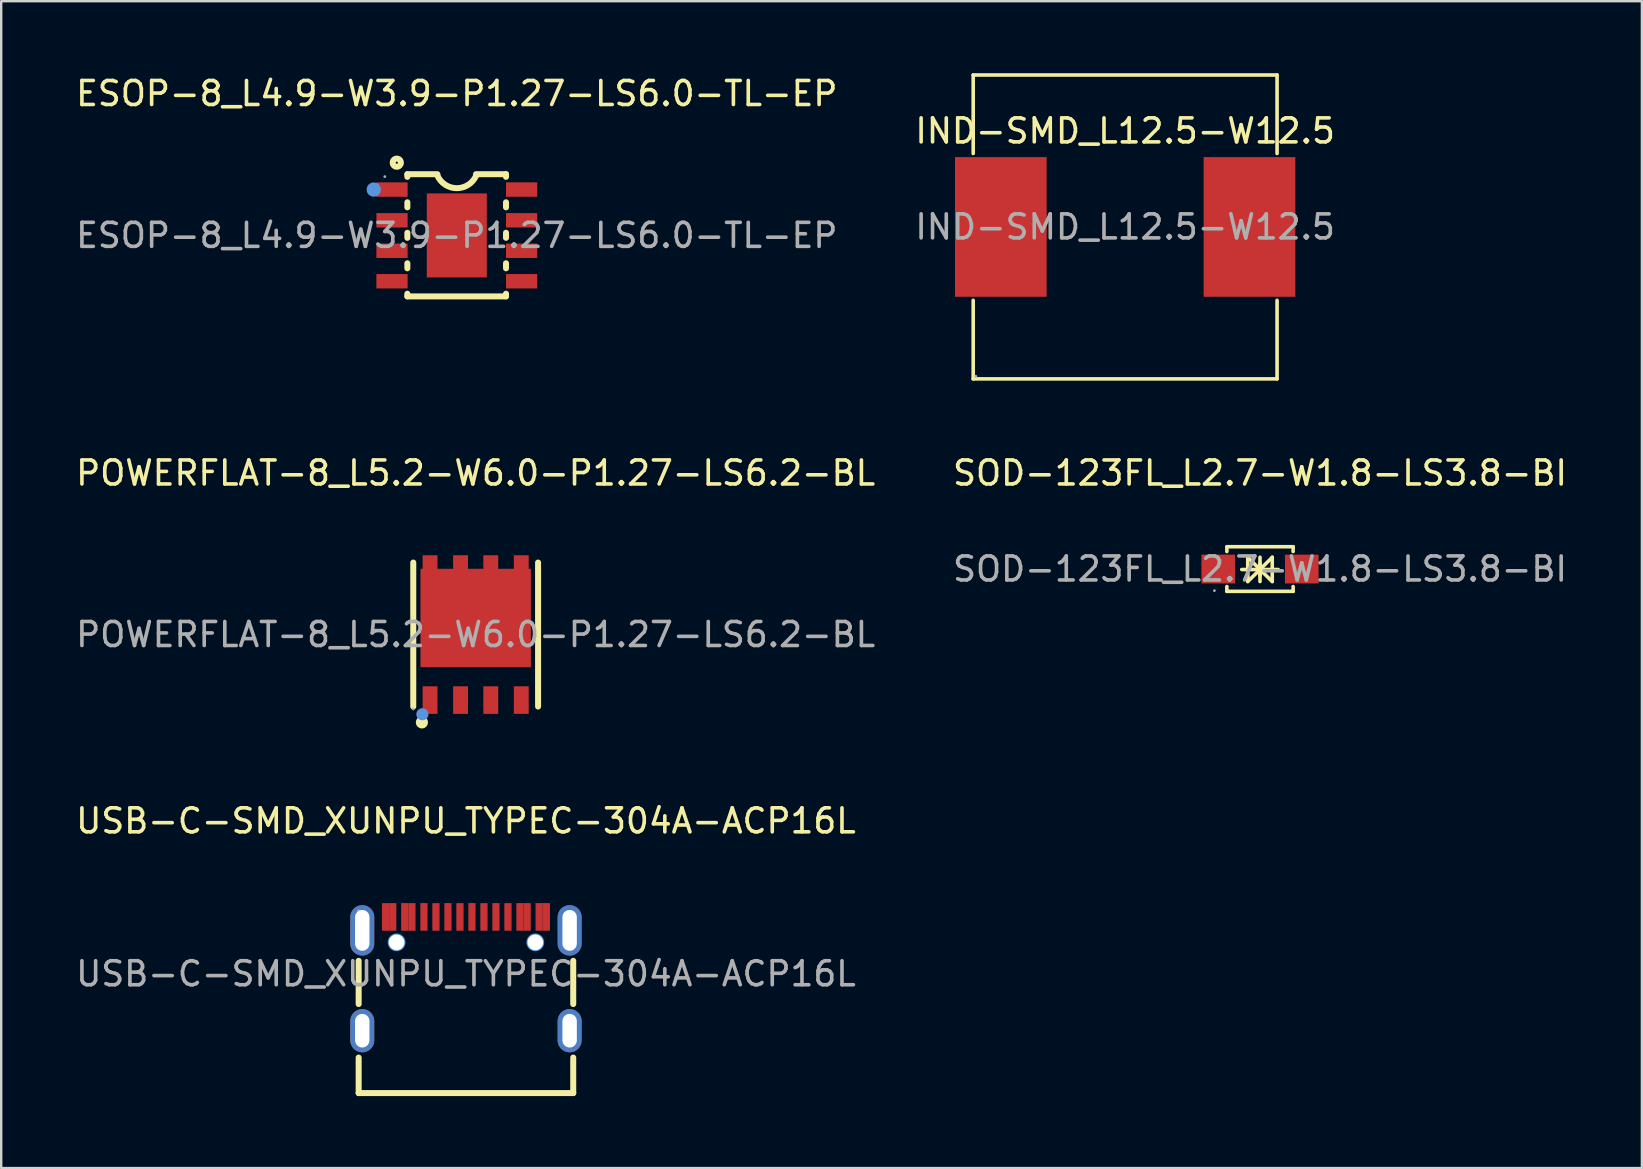
<source format=kicad_pcb>
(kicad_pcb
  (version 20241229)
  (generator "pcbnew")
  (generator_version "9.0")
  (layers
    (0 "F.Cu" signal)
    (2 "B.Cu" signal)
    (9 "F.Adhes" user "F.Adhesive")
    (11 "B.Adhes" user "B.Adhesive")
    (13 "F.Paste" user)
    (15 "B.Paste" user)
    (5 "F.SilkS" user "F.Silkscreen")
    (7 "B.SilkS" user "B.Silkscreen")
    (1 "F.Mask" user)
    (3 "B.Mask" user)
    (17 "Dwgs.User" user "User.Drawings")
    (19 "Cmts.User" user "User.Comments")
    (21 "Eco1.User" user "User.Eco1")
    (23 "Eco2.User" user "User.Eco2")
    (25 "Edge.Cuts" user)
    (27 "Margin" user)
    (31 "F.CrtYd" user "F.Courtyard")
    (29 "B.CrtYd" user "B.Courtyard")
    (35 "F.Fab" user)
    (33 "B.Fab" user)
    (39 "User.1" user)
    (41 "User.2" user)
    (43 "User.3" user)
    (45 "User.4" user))
  (footprint "IND-SMD_L12.5-W12.5"
    (layer "F.Cu")
    (at 43.827 6.405)
    (property "Reference" "IND-SMD_L12.5-W12.5" (at 0 -4 0) (layer "F.SilkS") (effects (font (size 1 1) (thickness 0.15))))
    (attr smd)
    (fp_line (start -6.33 -6.33) (end 6.33 -6.33) (stroke (width 0.15) (type solid)) (layer "F.SilkS"))
    (fp_line (start -6.33 -3.06) (end -6.33 -6.33) (stroke (width 0.15) (type solid)) (layer "F.SilkS"))
    (fp_line (start -6.33 3.06) (end -6.33 6.33) (stroke (width 0.15) (type solid)) (layer "F.SilkS"))
    (fp_line (start -6.33 6.33) (end 6.33 6.33) (stroke (width 0.15) (type solid)) (layer "F.SilkS"))
    (fp_line (start 6.33 -6.33) (end 6.33 -3.06) (stroke (width 0.15) (type solid)) (layer "F.SilkS"))
    (fp_line (start 6.33 6.33) (end 6.33 3.06) (stroke (width 0.15) (type solid)) (layer "F.SilkS"))
    (fp_circle (center -6.22 6.22) (end -6.19 6.22) (stroke (width 0.06) (type solid)) (fill no) (layer "F.Fab"))
    (fp_text user "${REFERENCE}" (at 0 0 0) (layer "F.Fab") (effects (font (size 1 1) (thickness 0.15))))
    (pad "1" smd rect (at 5.18 0) (size 3.82 5.82) (layers "F.Cu" "F.Mask" "F.Paste"))
    (pad "2" smd rect (at -5.18 0) (size 3.82 5.82) (layers "F.Cu" "F.Mask" "F.Paste")))
  (footprint "POWERFLAT-8_L5.2-W6.0-P1.27-LS6.2-BL"
    (layer "F.Cu")
    (at 16.768 23.388)
    (property "Reference" "POWERFLAT-8_L5.2-W6.0-P1.27-LS6.2-BL" (at 0 -6.73 0) (layer "F.SilkS") (effects (font (size 1 1) (thickness 0.15))))
    (attr smd)
    (fp_line (start -2.6 -3) (end -2.6 3) (stroke (width 0.25) (type solid)) (layer "F.SilkS"))
    (fp_line (start 2.6 -3) (end 2.6 3) (stroke (width 0.25) (type solid)) (layer "F.SilkS"))
    (fp_circle (center -2.24 3.66) (end -2.11 3.66) (stroke (width 0.25) (type solid)) (fill no) (layer "F.SilkS"))
    (fp_circle (center -2.22 3.32) (end -2.09 3.32) (stroke (width 0.25) (type solid)) (fill no) (layer "Cmts.User"))
    (fp_circle (center -2.6 3.1) (end -2.57 3.1) (stroke (width 0.06) (type solid)) (fill no) (layer "F.Fab"))
    (fp_text user "${REFERENCE}" (at 0 0 0) (layer "F.Fab") (effects (font (size 1 1) (thickness 0.15))))
    (pad "1" smd rect (at -1.9 -2.73) (size 0.62 1.15) (layers "F.Cu" "F.Mask" "F.Paste"))
    (pad "1" smd rect (at -0.63 -2.73) (size 0.62 1.15) (layers "F.Cu" "F.Mask" "F.Paste"))
    (pad "1" smd rect (at 0 -0.69) (size 4.6 4.1) (layers "F.Cu" "F.Mask" "F.Paste"))
    (pad "1" smd rect (at 0.63 -2.73) (size 0.62 1.15) (layers "F.Cu" "F.Mask" "F.Paste"))
    (pad "1" smd rect (at 1.9 -2.73) (size 0.62 1.15) (layers "F.Cu" "F.Mask" "F.Paste"))
    (pad "2" smd rect (at 1.9 2.73) (size 0.62 1.15) (layers "F.Cu" "F.Mask" "F.Paste"))
    (pad "3" smd rect (at -1.9 2.73) (size 0.62 1.15) (layers "F.Cu" "F.Mask" "F.Paste"))
    (pad "3" smd rect (at -0.63 2.73) (size 0.62 1.15) (layers "F.Cu" "F.Mask" "F.Paste"))
    (pad "3" smd rect (at 0.63 2.73) (size 0.62 1.15) (layers "F.Cu" "F.Mask" "F.Paste")))
  (footprint "SOD-123FL_L2.7-W1.8-LS3.8-BI"
    (layer "F.Cu")
    (at 49.446 20.658)
    (property "Reference" "SOD-123FL_L2.7-W1.8-LS3.8-BI" (at 0 -4 0) (layer "F.SilkS") (effects (font (size 1 1) (thickness 0.15))))
    (attr through_hole)
    (fp_line (start -1.38 -0.93) (end 1.38 -0.93) (stroke (width 0.15) (type solid)) (layer "F.SilkS"))
    (fp_line (start -1.38 -0.92) (end -1.38 -0.73) (stroke (width 0.15) (type solid)) (layer "F.SilkS"))
    (fp_line (start -1.38 0.73) (end -1.38 0.93) (stroke (width 0.15) (type solid)) (layer "F.SilkS"))
    (fp_line (start -1.38 0.93) (end 1.38 0.93) (stroke (width 0.15) (type solid)) (layer "F.SilkS"))
    (fp_line (start -0.76 0.02) (end 0.76 0.02) (stroke (width 0.15) (type solid)) (layer "F.SilkS"))
    (fp_line (start -0.51 -0.49) (end -0.51 0.52) (stroke (width 0.15) (type solid)) (layer "F.SilkS"))
    (fp_line (start 0 -0.49) (end 0 0.52) (stroke (width 0.15) (type solid)) (layer "F.SilkS"))
    (fp_line (start 0 0.02) (end -0.51 -0.49) (stroke (width 0.15) (type solid)) (layer "F.SilkS"))
    (fp_line (start 0 0.02) (end -0.51 0.52) (stroke (width 0.15) (type solid)) (layer "F.SilkS"))
    (fp_line (start 0 0.02) (end 0.51 -0.49) (stroke (width 0.15) (type solid)) (layer "F.SilkS"))
    (fp_line (start 0 0.02) (end 0.51 0.52) (stroke (width 0.15) (type solid)) (layer "F.SilkS"))
    (fp_line (start 0 0.27) (end 0 -0.24) (stroke (width 0.15) (type solid)) (layer "F.SilkS"))
    (fp_line (start 0.51 0.52) (end 0.51 -0.49) (stroke (width 0.15) (type solid)) (layer "F.SilkS"))
    (fp_line (start 1.38 -0.93) (end 1.38 -0.73) (stroke (width 0.15) (type solid)) (layer "F.SilkS"))
    (fp_line (start 1.38 0.93) (end 1.38 0.73) (stroke (width 0.15) (type solid)) (layer "F.SilkS"))
    (fp_circle (center -1.9 0.9) (end -1.87 0.9) (stroke (width 0.06) (type solid)) (fill no) (layer "F.Fab"))
    (fp_text user "${REFERENCE}" (at 0 0 0) (layer "F.Fab") (effects (font (size 1 1) (thickness 0.15))))
    (pad "1" smd rect (at -1.74 0) (size 1.4 1.2) (layers "F.Cu" "F.Mask" "F.Paste"))
    (pad "2" smd rect (at 1.74 0) (size 1.4 1.2) (layers "F.Cu" "F.Mask" "F.Paste")))
  (footprint "USB-C-SMD_XUNPU_TYPEC-304A-ACP16L"
    (layer "F.Cu")
    (at 16.363 37.522)
    (property "Reference" "USB-C-SMD_XUNPU_TYPEC-304A-ACP16L" (at 0 -6.37 0) (layer "F.SilkS") (effects (font (size 1 1) (thickness 0.15))))
    (attr smd)
    (fp_line (start -4.47 1.26) (end -4.47 -0.54) (stroke (width 0.25) (type solid)) (layer "F.SilkS"))
    (fp_line (start -4.47 4.97) (end -4.47 3.49) (stroke (width 0.25) (type solid)) (layer "F.SilkS"))
    (fp_line (start -4.47 4.97) (end 4.47 4.97) (stroke (width 0.25) (type solid)) (layer "F.SilkS"))
    (fp_line (start 4.47 1.26) (end 4.47 -0.54) (stroke (width 0.25) (type solid)) (layer "F.SilkS"))
    (fp_line (start 4.47 4.97) (end 4.47 3.49) (stroke (width 0.25) (type solid)) (layer "F.SilkS"))
    (fp_circle (center -2.89 -1.31) (end -2.77 -1.31) (stroke (width 0.25) (type solid)) (fill no) (layer "Cmts.User"))
    (fp_circle (center 2.89 -1.31) (end 3.01 -1.31) (stroke (width 0.25) (type solid)) (fill no) (layer "Cmts.User"))
    (fp_circle (center -4.47 -2.62) (end -4.44 -2.62) (stroke (width 0.06) (type solid)) (fill no) (layer "F.Fab"))
    (fp_text user "${REFERENCE}" (at 0 0 0) (layer "F.Fab") (effects (font (size 1 1) (thickness 0.15))))
    (pad "" thru_hole circle (at -2.89 -1.31) (size 0.65 0.65) (drill 0.65) (layers "*.Cu" "*.Mask"))
    (pad "" thru_hole circle (at 2.89 -1.31) (size 0.65 0.65) (drill 0.65) (layers "*.Cu" "*.Mask"))
    (pad "25" thru_hole oval (at 4.32 -1.81) (size 1 2.1) (drill oval 0.6 1.7) (layers "*.Cu" "*.Mask"))
    (pad "26" thru_hole oval (at 4.32 2.37) (size 1 1.8) (drill oval 0.6 1.4) (layers "*.Cu" "*.Mask"))
    (pad "27" thru_hole oval (at -4.32 2.37) (size 1 1.8) (drill oval 0.6 1.4) (layers "*.Cu" "*.Mask"))
    (pad "28" thru_hole oval (at -4.32 -1.81) (size 1 2.1) (drill oval 0.6 1.7) (layers "*.Cu" "*.Mask"))
    (pad "A1" smd rect (at -3.35 -2.37) (size 0.3 1.15) (layers "F.Cu" "F.Mask" "F.Paste"))
    (pad "A4" smd rect (at -2.55 -2.37) (size 0.3 1.15) (layers "F.Cu" "F.Mask" "F.Paste"))
    (pad "A5" smd rect (at -1.25 -2.37) (size 0.3 1.15) (layers "F.Cu" "F.Mask" "F.Paste"))
    (pad "A6" smd rect (at -0.25 -2.37) (size 0.3 1.15) (layers "F.Cu" "F.Mask" "F.Paste"))
    (pad "A7" smd rect (at 0.25 -2.37) (size 0.3 1.15) (layers "F.Cu" "F.Mask" "F.Paste"))
    (pad "A8" smd rect (at 1.25 -2.37) (size 0.3 1.15) (layers "F.Cu" "F.Mask" "F.Paste"))
    (pad "A9" smd rect (at 2.55 -2.37) (size 0.3 1.15) (layers "F.Cu" "F.Mask" "F.Paste"))
    (pad "A12" smd rect (at 3.35 -2.37) (size 0.3 1.15) (layers "F.Cu" "F.Mask" "F.Paste"))
    (pad "B1" smd rect (at 3.05 -2.37) (size 0.3 1.15) (layers "F.Cu" "F.Mask" "F.Paste"))
    (pad "B4" smd rect (at 2.25 -2.37) (size 0.3 1.15) (layers "F.Cu" "F.Mask" "F.Paste"))
    (pad "B5" smd rect (at 1.75 -2.37) (size 0.3 1.15) (layers "F.Cu" "F.Mask" "F.Paste"))
    (pad "B6" smd rect (at 0.75 -2.37) (size 0.3 1.15) (layers "F.Cu" "F.Mask" "F.Paste"))
    (pad "B7" smd rect (at -0.75 -2.37) (size 0.3 1.15) (layers "F.Cu" "F.Mask" "F.Paste"))
    (pad "B8" smd rect (at -1.75 -2.37) (size 0.3 1.15) (layers "F.Cu" "F.Mask" "F.Paste"))
    (pad "B9" smd rect (at -2.25 -2.37) (size 0.3 1.15) (layers "F.Cu" "F.Mask" "F.Paste"))
    (pad "B12" smd rect (at -3.05 -2.37) (size 0.3 1.15) (layers "F.Cu" "F.Mask" "F.Paste")))
  (footprint "ESOP-8_L4.9-W3.9-P1.27-LS6.0-TL-EP"
    (layer "F.Cu")
    (at 15.982 6.758)
    (property "Reference" "ESOP-8_L4.9-W3.9-P1.27-LS6.0-TL-EP" (at 0 -5.91 0) (layer "F.SilkS") (effects (font (size 1 1) (thickness 0.15))))
    (attr smd)
    (fp_line (start -2.06 -2.55) (end -2.06 -2.44) (stroke (width 0.25) (type solid)) (layer "F.SilkS"))
    (fp_line (start -2.06 -1.38) (end -2.06 -1.17) (stroke (width 0.25) (type solid)) (layer "F.SilkS"))
    (fp_line (start -2.06 -0.11) (end -2.06 0.1) (stroke (width 0.25) (type solid)) (layer "F.SilkS"))
    (fp_line (start -2.06 1.16) (end -2.06 1.37) (stroke (width 0.25) (type solid)) (layer "F.SilkS"))
    (fp_line (start -2.06 2.43) (end -2.06 2.54) (stroke (width 0.25) (type solid)) (layer "F.SilkS"))
    (fp_line (start -0.81 -2.55) (end -2.06 -2.55) (stroke (width 0.25) (type solid)) (layer "F.SilkS"))
    (fp_line (start 0.8 -2.55) (end 2.05 -2.55) (stroke (width 0.25) (type solid)) (layer "F.SilkS"))
    (fp_line (start 2.05 -2.55) (end 2.05 -2.44) (stroke (width 0.25) (type solid)) (layer "F.SilkS"))
    (fp_line (start 2.05 -1.38) (end 2.05 -1.17) (stroke (width 0.25) (type solid)) (layer "F.SilkS"))
    (fp_line (start 2.05 -0.11) (end 2.05 0.1) (stroke (width 0.25) (type solid)) (layer "F.SilkS"))
    (fp_line (start 2.05 1.16) (end 2.05 1.37) (stroke (width 0.25) (type solid)) (layer "F.SilkS"))
    (fp_line (start 2.05 2.43) (end 2.05 2.54) (stroke (width 0.25) (type solid)) (layer "F.SilkS"))
    (fp_line (start 2.05 2.54) (end -2.06 2.54) (stroke (width 0.25) (type solid)) (layer "F.SilkS"))
    (fp_arc (start 0.804328 -2.487155) (mid -0.007021 -1.967645) (end -0.81 -2.5) (stroke (width 0.25) (type solid)) (layer "F.SilkS"))
    (fp_circle (center -2.5 -3.03) (end -2.33 -3.03) (stroke (width 0.25) (type solid)) (fill no) (layer "F.SilkS"))
    (fp_circle (center -3.46 -1.91) (end -3.31 -1.91) (stroke (width 0.3) (type solid)) (fill no) (layer "Cmts.User"))
    (fp_circle (center -3 -2.45) (end -2.97 -2.45) (stroke (width 0.06) (type solid)) (fill no) (layer "F.Fab"))
    (fp_text user "${REFERENCE}" (at 0 0 0) (layer "F.Fab") (effects (font (size 1 1) (thickness 0.15))))
    (pad "1" smd rect (at -2.7 -1.91) (size 1.3 0.6) (layers "F.Cu" "F.Mask" "F.Paste"))
    (pad "2" smd rect (at -2.7 -0.63) (size 1.3 0.6) (layers "F.Cu" "F.Mask" "F.Paste"))
    (pad "3" smd rect (at -2.7 0.64) (size 1.3 0.6) (layers "F.Cu" "F.Mask" "F.Paste"))
    (pad "4" smd rect (at -2.7 1.91) (size 1.3 0.6) (layers "F.Cu" "F.Mask" "F.Paste"))
    (pad "5" smd rect (at 2.7 1.91) (size 1.3 0.6) (layers "F.Cu" "F.Mask" "F.Paste"))
    (pad "6" smd rect (at 2.7 0.64) (size 1.3 0.6) (layers "F.Cu" "F.Mask" "F.Paste"))
    (pad "7" smd rect (at 2.7 -0.63) (size 1.3 0.6) (layers "F.Cu" "F.Mask" "F.Paste"))
    (pad "8" smd rect (at 2.7 -1.91) (size 1.3 0.6) (layers "F.Cu" "F.Mask" "F.Paste"))
    (pad "9" smd rect (at 0 0) (size 2.5 3.5) (layers "F.Cu" "F.Mask" "F.Paste")))
  (gr_rect
    (start -3 -3)
    (end 65.357 45.617)
    (stroke (width 0.1) (type default))
    (fill no)
    (layer "Edge.Cuts")))
</source>
